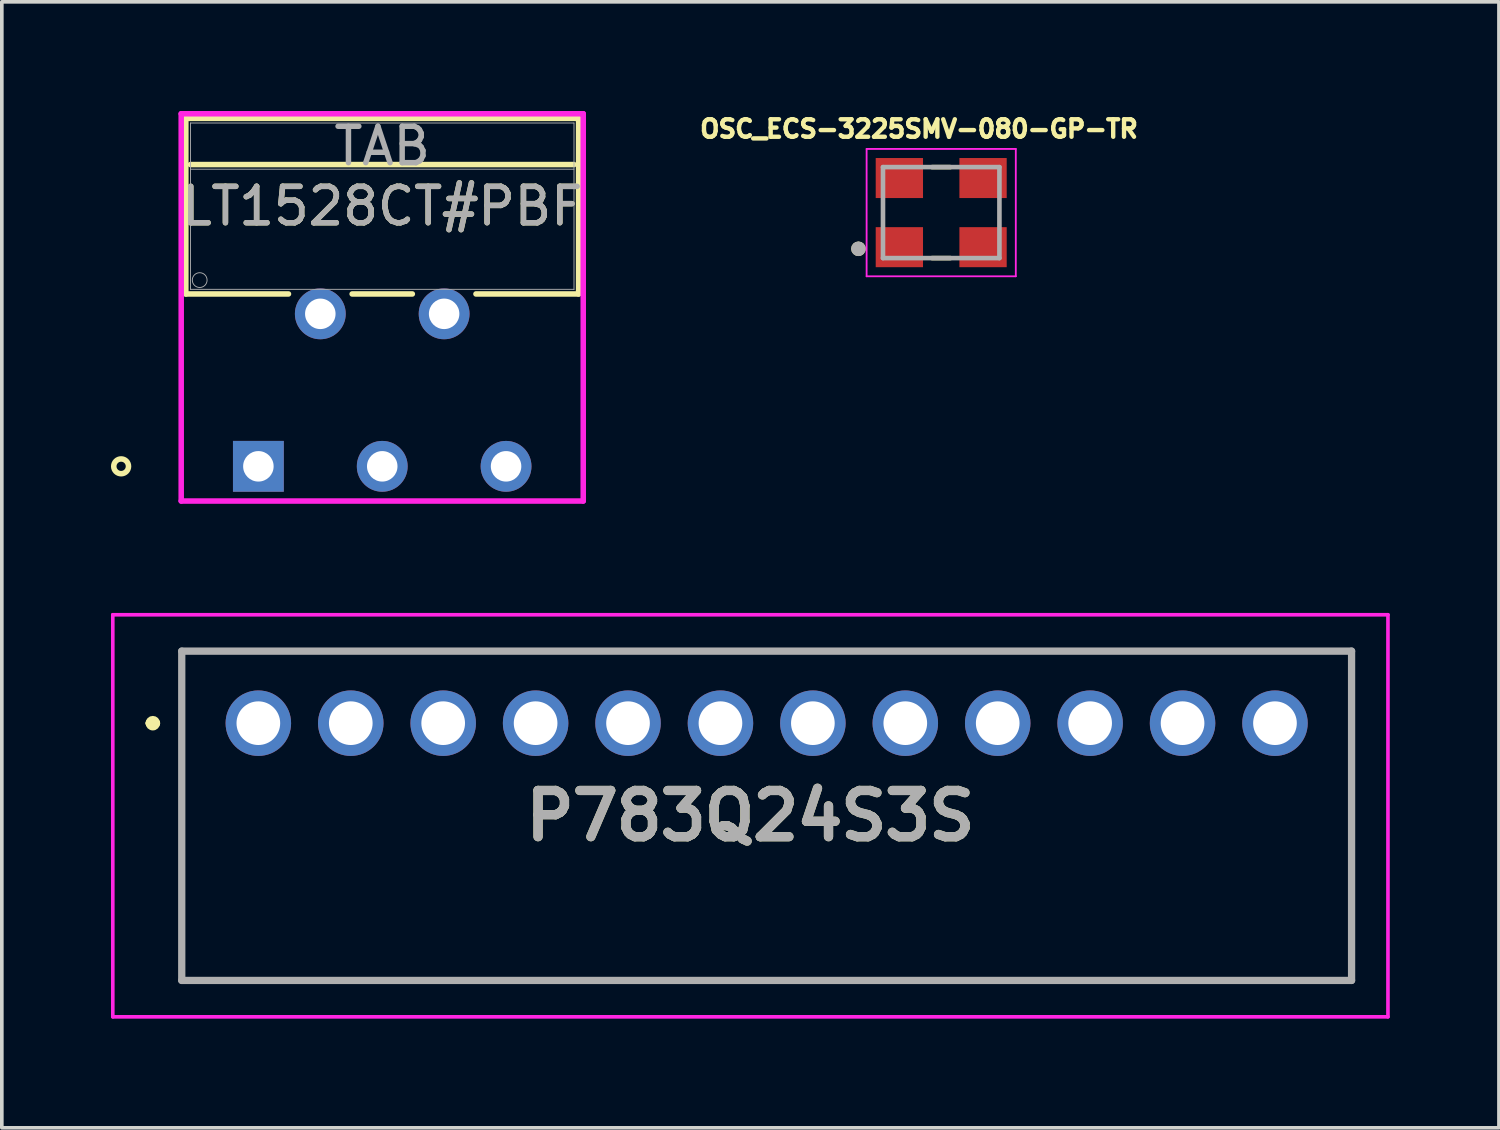
<source format=kicad_pcb>
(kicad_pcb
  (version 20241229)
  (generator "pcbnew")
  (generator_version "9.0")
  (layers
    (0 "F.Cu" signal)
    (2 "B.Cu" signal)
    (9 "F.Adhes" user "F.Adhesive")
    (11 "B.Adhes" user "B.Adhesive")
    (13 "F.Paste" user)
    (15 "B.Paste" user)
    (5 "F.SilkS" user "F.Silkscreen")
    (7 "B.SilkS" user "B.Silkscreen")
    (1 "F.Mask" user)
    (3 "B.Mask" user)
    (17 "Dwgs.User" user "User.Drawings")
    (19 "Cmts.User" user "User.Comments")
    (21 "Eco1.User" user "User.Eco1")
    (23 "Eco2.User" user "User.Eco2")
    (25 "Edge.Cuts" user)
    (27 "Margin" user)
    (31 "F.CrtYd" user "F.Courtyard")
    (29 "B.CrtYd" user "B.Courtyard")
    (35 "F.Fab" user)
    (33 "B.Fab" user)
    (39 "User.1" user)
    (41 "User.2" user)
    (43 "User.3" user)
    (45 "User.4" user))
  (footprint "OSC_ECS-3225SMV-080-GP-TR"
    (layer "F.Cu")
    (at 22.817 2.793)
    (property "Reference" "OSC_ECS-3225SMV-080-GP-TR" (at -0.61 -2.301 0) (layer "F.SilkS") (effects (font (size 0.481 0.481) (thickness 0.15))))
    (attr smd)
    (fp_line (start -0.25 -1.25) (end 0.25 -1.25) (stroke (width 0.127) (type solid)) (layer "F.SilkS"))
    (fp_line (start -0.25 1.25) (end 0.25 1.25) (stroke (width 0.127) (type solid)) (layer "F.SilkS"))
    (fp_circle (center -2.275 0.994) (end -2.175 0.994) (stroke (width 0.2) (type solid)) (fill no) (layer "F.SilkS"))
    (fp_line (start -2.05 -1.75) (end 2.05 -1.75) (stroke (width 0.05) (type solid)) (layer "F.CrtYd"))
    (fp_line (start -2.05 1.75) (end -2.05 -1.75) (stroke (width 0.05) (type solid)) (layer "F.CrtYd"))
    (fp_line (start 2.05 -1.75) (end 2.05 1.75) (stroke (width 0.05) (type solid)) (layer "F.CrtYd"))
    (fp_line (start 2.05 1.75) (end -2.05 1.75) (stroke (width 0.05) (type solid)) (layer "F.CrtYd"))
    (fp_line (start -1.6 -1.25) (end 1.6 -1.25) (stroke (width 0.127) (type solid)) (layer "F.Fab"))
    (fp_line (start -1.6 1.25) (end -1.6 -1.25) (stroke (width 0.127) (type solid)) (layer "F.Fab"))
    (fp_line (start 1.6 -1.25) (end 1.6 1.25) (stroke (width 0.127) (type solid)) (layer "F.Fab"))
    (fp_line (start 1.6 1.25) (end -1.6 1.25) (stroke (width 0.127) (type solid)) (layer "F.Fab"))
    (fp_circle (center -2.275 0.994) (end -2.175 0.994) (stroke (width 0.2) (type solid)) (fill no) (layer "F.Fab"))
    (pad "1" smd rect (at -1.15 0.95 90) (size 1.1 1.3) (layers "F.Cu" "F.Mask" "F.Paste"))
    (pad "2" smd rect (at 1.15 0.95 90) (size 1.1 1.3) (layers "F.Cu" "F.Mask" "F.Paste"))
    (pad "3" smd rect (at 1.15 -0.95 90) (size 1.1 1.3) (layers "F.Cu" "F.Mask" "F.Paste"))
    (pad "4" smd rect (at -1.15 -0.95 90) (size 1.1 1.3) (layers "F.Cu" "F.Mask" "F.Paste")))
  (footprint "P783Q24S3S"
    (layer "F.Cu")
    (at 4.05 16.825)
    (property "Reference" "P783Q24S3S" (at 13.523 2.545 0) (layer "F.SilkS") (effects (font (size 1.27 1.27) (thickness 0.254))))
    (attr through_hole)
    (fp_line (start -3 0) (end -3 0) (stroke (width 0.2) (type solid)) (layer "F.SilkS"))
    (fp_line (start -2.8 0) (end -2.8 0) (stroke (width 0.2) (type solid)) (layer "F.SilkS"))
    (fp_line (start -2.105 -1.98) (end -2.105 7.07) (stroke (width 0.1) (type solid)) (layer "F.SilkS"))
    (fp_line (start -2.105 7.07) (end 30.045 7.07) (stroke (width 0.1) (type solid)) (layer "F.SilkS"))
    (fp_line (start 30.045 -1.98) (end -2.105 -1.98) (stroke (width 0.1) (type solid)) (layer "F.SilkS"))
    (fp_line (start 30.045 7.07) (end 30.045 -1.98) (stroke (width 0.1) (type solid)) (layer "F.SilkS"))
    (fp_arc (start -3 0) (mid -2.9 -0.1) (end -2.8 0) (stroke (width 0.2) (type solid)) (layer "F.SilkS"))
    (fp_arc (start -2.8 0) (mid -2.9 0.1) (end -3 0) (stroke (width 0.2) (type solid)) (layer "F.SilkS"))
    (fp_line (start -4 -2.98) (end -4 8.07) (stroke (width 0.1) (type solid)) (layer "F.CrtYd"))
    (fp_line (start -4 8.07) (end 31.045 8.07) (stroke (width 0.1) (type solid)) (layer "F.CrtYd"))
    (fp_line (start 31.045 -2.98) (end -4 -2.98) (stroke (width 0.1) (type solid)) (layer "F.CrtYd"))
    (fp_line (start 31.045 8.07) (end 31.045 -2.98) (stroke (width 0.1) (type solid)) (layer "F.CrtYd"))
    (fp_line (start -2.105 -1.98) (end -2.105 7.07) (stroke (width 0.2) (type solid)) (layer "F.Fab"))
    (fp_line (start -2.105 7.07) (end 30.045 7.07) (stroke (width 0.2) (type solid)) (layer "F.Fab"))
    (fp_line (start 30.045 -1.98) (end -2.105 -1.98) (stroke (width 0.2) (type solid)) (layer "F.Fab"))
    (fp_line (start 30.045 7.07) (end 30.045 -1.98) (stroke (width 0.2) (type solid)) (layer "F.Fab"))
    (fp_text user "${REFERENCE}" (at 13.523 2.545 0) (layer "F.Fab") (effects (font (size 1.27 1.27) (thickness 0.254))))
    (pad "1" thru_hole circle (at 0 0) (size 1.8 1.8) (drill 1.2) (layers "*.Cu" "*.Mask"))
    (pad "2" thru_hole circle (at 2.54 0) (size 1.8 1.8) (drill 1.2) (layers "*.Cu" "*.Mask"))
    (pad "3" thru_hole circle (at 5.08 0) (size 1.8 1.8) (drill 1.2) (layers "*.Cu" "*.Mask"))
    (pad "4" thru_hole circle (at 7.62 0) (size 1.8 1.8) (drill 1.2) (layers "*.Cu" "*.Mask"))
    (pad "5" thru_hole circle (at 10.16 0) (size 1.8 1.8) (drill 1.2) (layers "*.Cu" "*.Mask"))
    (pad "6" thru_hole circle (at 12.7 0) (size 1.8 1.8) (drill 1.2) (layers "*.Cu" "*.Mask"))
    (pad "7" thru_hole circle (at 15.24 0) (size 1.8 1.8) (drill 1.2) (layers "*.Cu" "*.Mask"))
    (pad "8" thru_hole circle (at 17.78 0) (size 1.8 1.8) (drill 1.2) (layers "*.Cu" "*.Mask"))
    (pad "9" thru_hole circle (at 20.32 0) (size 1.8 1.8) (drill 1.2) (layers "*.Cu" "*.Mask"))
    (pad "10" thru_hole circle (at 22.86 0) (size 1.8 1.8) (drill 1.2) (layers "*.Cu" "*.Mask"))
    (pad "11" thru_hole circle (at 25.4 0) (size 1.8 1.8) (drill 1.2) (layers "*.Cu" "*.Mask"))
    (pad "12" thru_hole circle (at 27.94 0) (size 1.8 1.8) (drill 1.2) (layers "*.Cu" "*.Mask")))
  (footprint "LT1528CT#PBF"
    (layer "F.Cu")
    (at 4.051 9.766)
    (property "Reference" "LT1528CT#PBF" (at 3.404 -7.15 0) (unlocked yes) (layer "F.SilkS") (effects (font (size 1 1) (thickness 0.15))))
    (attr through_hole)
    (fp_line (start -1.994 -9.563) (end -1.994 -4.737) (stroke (width 0.152) (type solid)) (layer "F.SilkS"))
    (fp_line (start -1.994 -4.737) (end 0.827 -4.737) (stroke (width 0.152) (type solid)) (layer "F.SilkS"))
    (fp_line (start -1.867 -8.293) (end 8.674 -8.293) (stroke (width 0.152) (type solid)) (layer "F.SilkS"))
    (fp_line (start 2.577 -4.737) (end 4.231 -4.737) (stroke (width 0.152) (type solid)) (layer "F.SilkS"))
    (fp_line (start 5.98 -4.737) (end 8.801 -4.737) (stroke (width 0.152) (type solid)) (layer "F.SilkS"))
    (fp_line (start 8.801 -9.563) (end -1.994 -9.563) (stroke (width 0.152) (type solid)) (layer "F.SilkS"))
    (fp_line (start 8.801 -4.737) (end 8.801 -9.563) (stroke (width 0.152) (type solid)) (layer "F.SilkS"))
    (fp_circle (center -3.772 0) (end -3.569 0) (stroke (width 0.152) (type solid)) (fill no) (layer "F.SilkS"))
    (fp_line (start -2.121 -9.69) (end -2.121 0.953) (stroke (width 0.152) (type solid)) (layer "F.CrtYd"))
    (fp_line (start -2.121 0.953) (end 8.928 0.953) (stroke (width 0.152) (type solid)) (layer "F.CrtYd"))
    (fp_line (start 8.928 -9.69) (end -2.121 -9.69) (stroke (width 0.152) (type solid)) (layer "F.CrtYd"))
    (fp_line (start 8.928 0.953) (end 8.928 -9.69) (stroke (width 0.152) (type solid)) (layer "F.CrtYd"))
    (fp_line (start -1.867 -9.436) (end -1.867 -4.864) (stroke (width 0.025) (type solid)) (layer "F.Fab"))
    (fp_line (start -1.867 -8.166) (end 8.674 -8.166) (stroke (width 0.025) (type solid)) (layer "F.Fab"))
    (fp_line (start -1.867 -4.864) (end 8.674 -4.864) (stroke (width 0.025) (type solid)) (layer "F.Fab"))
    (fp_line (start 8.674 -9.436) (end -1.867 -9.436) (stroke (width 0.025) (type solid)) (layer "F.Fab"))
    (fp_line (start 8.674 -4.864) (end 8.674 -9.436) (stroke (width 0.025) (type solid)) (layer "F.Fab"))
    (fp_circle (center -1.613 -5.118) (end -1.41 -5.118) (stroke (width 0.025) (type solid)) (fill no) (layer "F.Fab"))
    (fp_text user "${REFERENCE}" (at 3.404 -7.15 0) (unlocked yes) (layer "F.Fab") (effects (font (size 1 1) (thickness 0.15))))
    (fp_text user "TAB" (at 3.404 -8.801 0) (unlocked yes) (layer "F.Fab") (effects (font (size 1 1) (thickness 0.15))))
    (pad "1" thru_hole rect (at 0 0) (size 1.397 1.397) (drill 0.838) (layers "*.Cu" "*.Mask"))
    (pad "2" thru_hole circle (at 1.702 -4.191) (size 1.397 1.397) (drill 0.838) (layers "*.Cu" "*.Mask"))
    (pad "3" thru_hole circle (at 3.404 0) (size 1.397 1.397) (drill 0.838) (layers "*.Cu" "*.Mask"))
    (pad "4" thru_hole circle (at 5.105 -4.191) (size 1.397 1.397) (drill 0.838) (layers "*.Cu" "*.Mask"))
    (pad "5" thru_hole circle (at 6.807 0) (size 1.397 1.397) (drill 0.838) (layers "*.Cu" "*.Mask")))
  (gr_rect
    (start -3 -3)
    (end 38.145 27.945)
    (stroke (width 0.1) (type default))
    (fill no)
    (layer "Edge.Cuts")))
</source>
